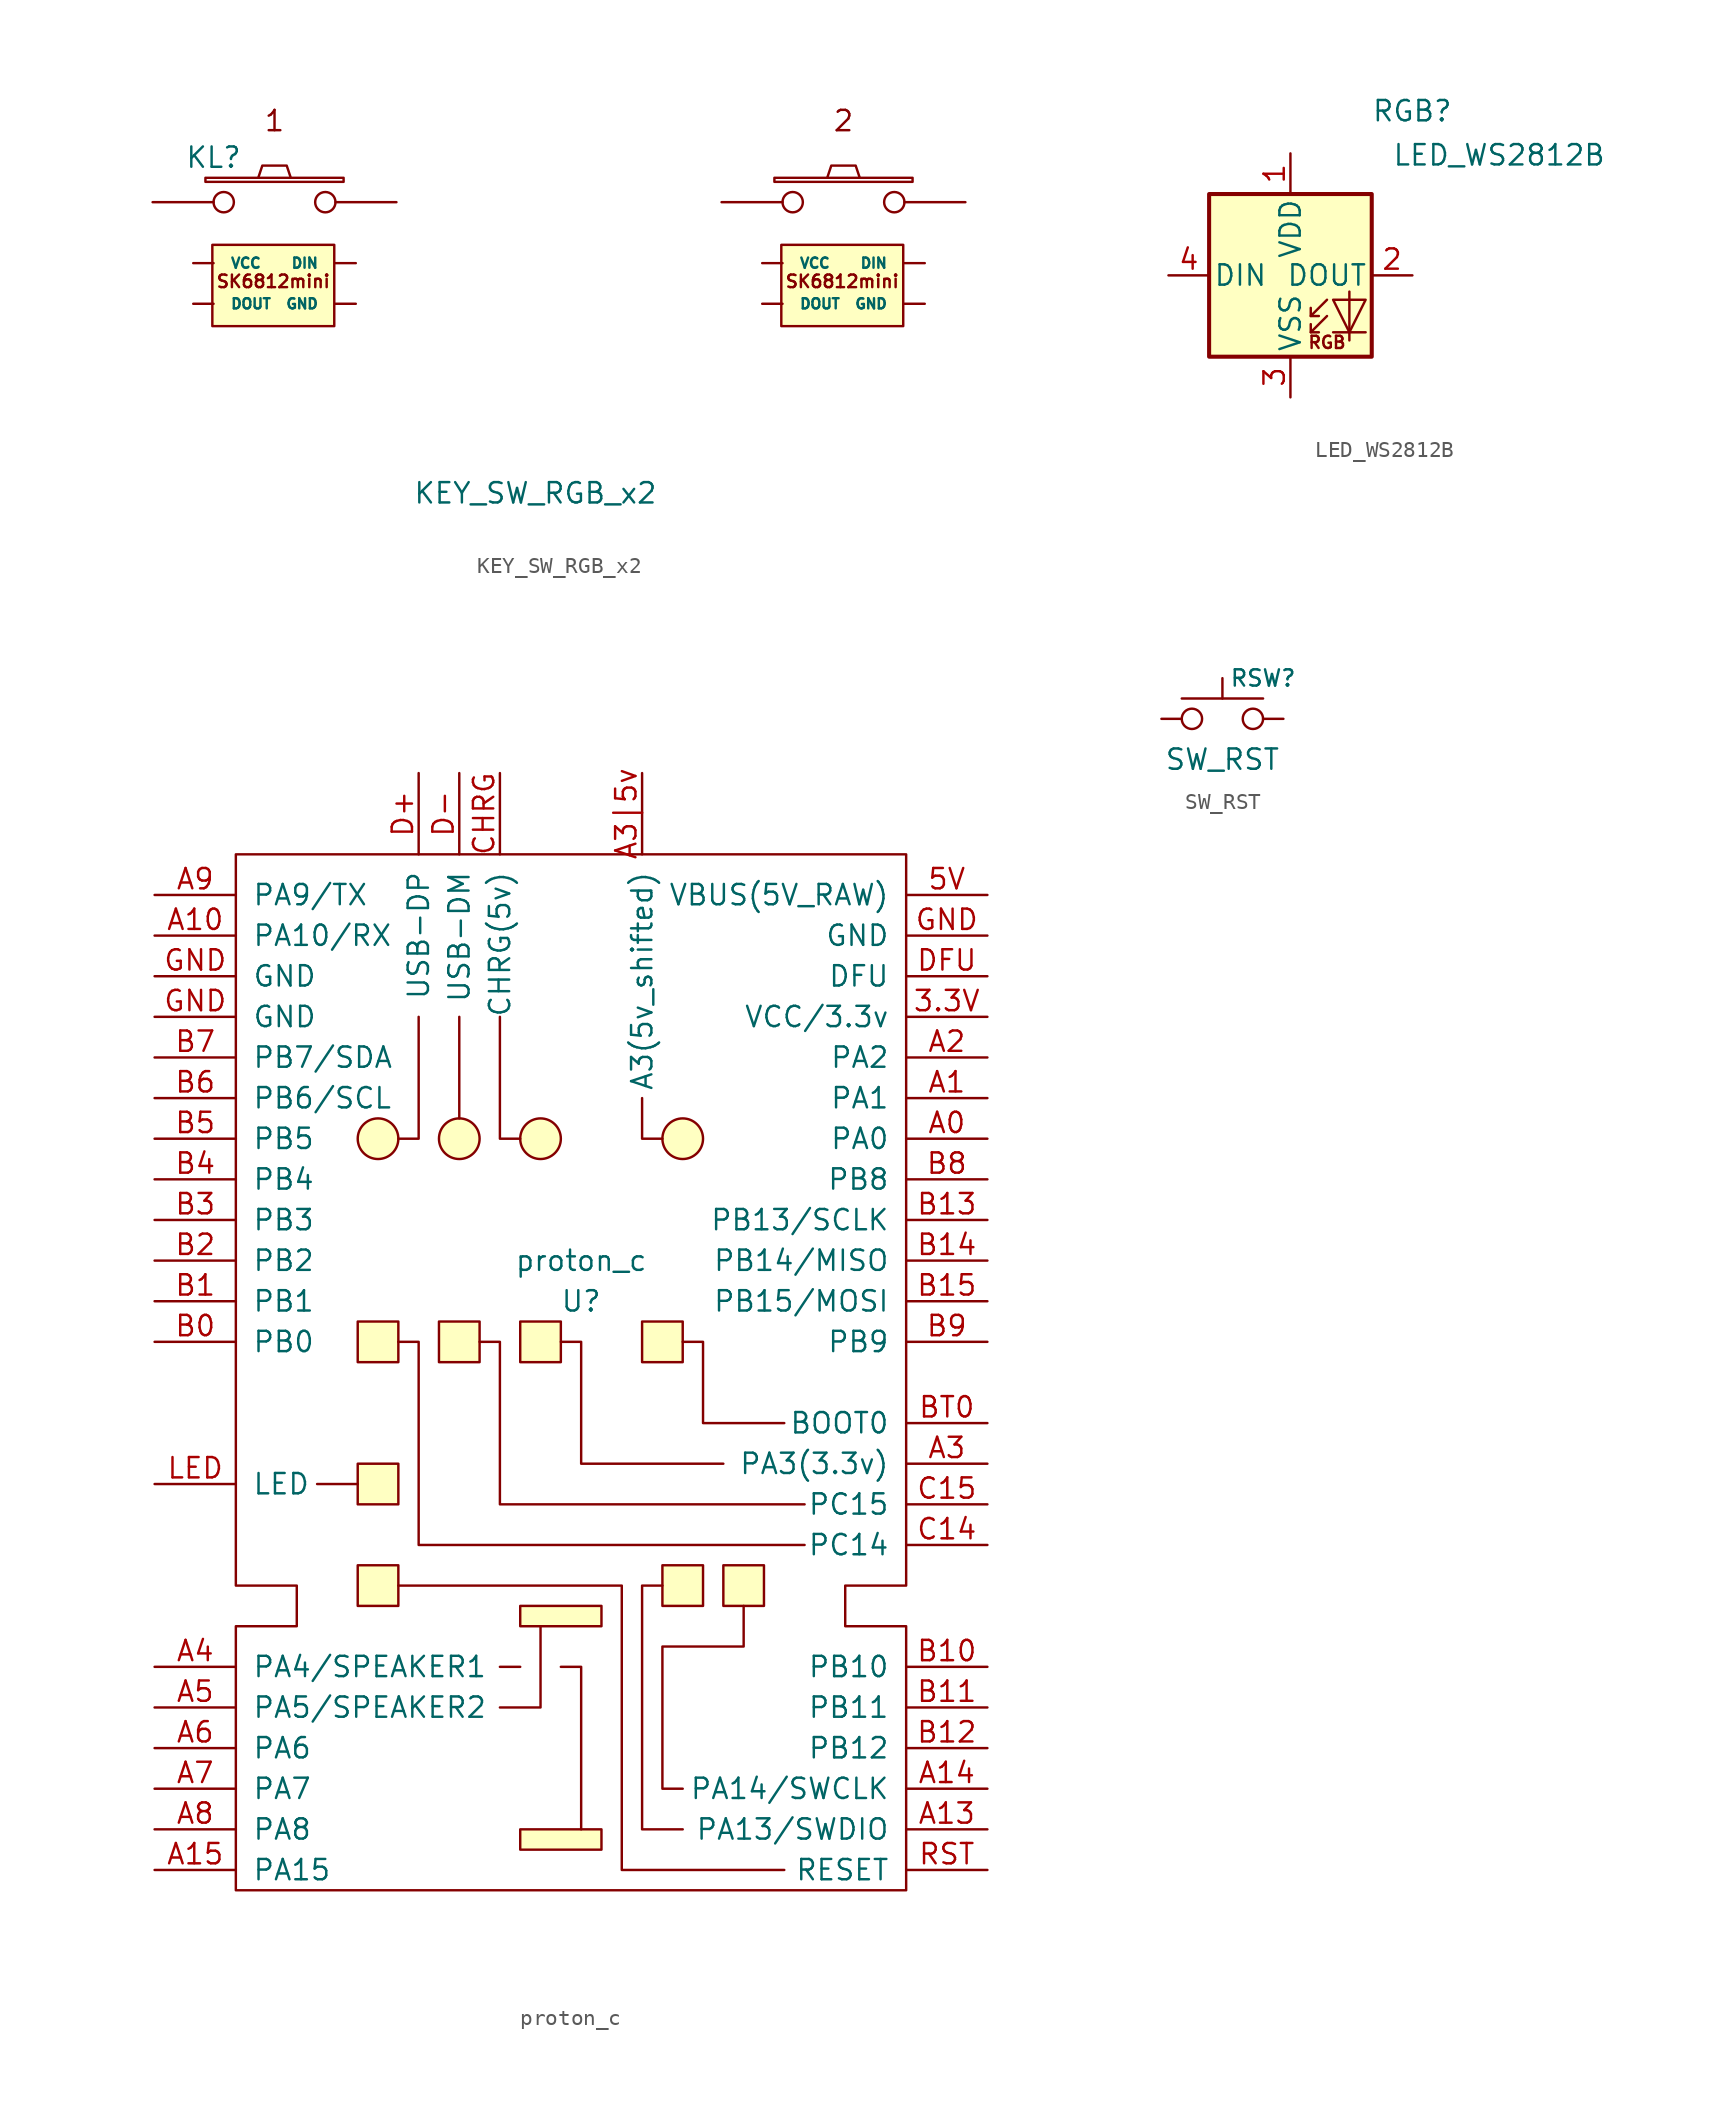
<source format=kicad_sym>
(kicad_symbol_lib
  (version 20211014)
  (generator kicad_symbol_editor)
  (symbol "KEY_SW_RGB_x2"
    (pin_numbers hide)
    (pin_names
      (offset 1.016))
    (property "Reference" "KL"
      (at -3.81 2.794 0)
      (effects (font (size 1.27 1.27))))
    (property "Value" "KEY_SW_RGB_x2"
      (at 16.307 -18.186 0)
      (effects (font (size 1.27 1.27))))
    (symbol "KEY_SW_RGB_x2_0_0"
      (text "1" (at 0 5.08 0) (effects (font (size 1.27 1.27))))
      (text "2" (at 35.56 5.08 0) (effects (font (size 1.27 1.27)))))
    (symbol "KEY_SW_RGB_x2_0_1"
      (rectangle (start -4.318 1.27) (end 4.318 1.524) (stroke (width 0) (type default) (color 0 0 0 0)) (fill (type none)))
      (polyline (pts (xy -1.016 1.524) (xy -0.762 2.286) (xy 0.762 2.286) (xy 1.016 1.524)) (stroke (width 0) (type default) (color 0 0 0 0)) (fill (type none)))
      (polyline (pts (xy 34.544 1.524) (xy 34.798 2.286) (xy 36.322 2.286) (xy 36.576 1.524)) (stroke (width 0) (type default) (color 0 0 0 0)) (fill (type none)))
      (rectangle (start 31.242 1.27) (end 39.878 1.524) (stroke (width 0) (type default) (color 0 0 0 0)) (fill (type none)))
      (pin passive inverted (at -7.62 0 0) (length 5.08) (name "~" (effects (font (size 1.27 1.27)))) (number "1" (effects (font (size 1.27 1.27)))))
      (pin passive inverted (at 7.62 0 180) (length 5.08) (name "~" (effects (font (size 1.27 1.27)))) (number "2" (effects (font (size 1.27 1.27)))))
      (pin passive inverted (at 27.94 0 0) (length 5.08) (name "~" (effects (font (size 1.27 1.27)))) (number "7" (effects (font (size 1.27 1.27)))))
      (pin passive inverted (at 43.18 0 180) (length 5.08) (name "~" (effects (font (size 1.27 1.27)))) (number "8" (effects (font (size 1.27 1.27))))))
    (symbol "KEY_SW_RGB_x2_1_1"
      (rectangle (start 3.734 -7.747) (end -3.886 -2.667) (stroke (width 0) (type default) (color 0 0 0 0)) (fill (type background)))
      (rectangle (start 39.294 -7.747) (end 31.674 -2.667) (stroke (width 0) (type default) (color 0 0 0 0)) (fill (type background)))
      (text "SK6812mini" (at -0.076 -4.953 0) (effects (font (size 0.787 0.787))))
      (text "SK6812mini" (at 35.484 -4.953 0) (effects (font (size 0.787 0.787))))
      (pin output line (at 30.48 -6.35 0) (length 1.27) (name "DOUT" (effects (font (size 0.635 0.635)))) (number "10" (effects (font (size 0.635 0.635)))))
      (pin power_in line (at 40.64 -6.35 180) (length 1.27) (name "GND" (effects (font (size 0.635 0.635)))) (number "11" (effects (font (size 0.635 0.635)))))
      (pin input line (at 40.64 -3.81 180) (length 1.27) (name "DIN" (effects (font (size 0.635 0.635)))) (number "12" (effects (font (size 0.635 0.635)))))
      (pin power_in line (at -5.08 -3.81 0) (length 1.27) (name "VCC" (effects (font (size 0.635 0.635)))) (number "3" (effects (font (size 0.635 0.635)))))
      (pin output line (at -5.08 -6.35 0) (length 1.27) (name "DOUT" (effects (font (size 0.635 0.635)))) (number "4" (effects (font (size 0.635 0.635)))))
      (pin power_in line (at 5.08 -6.35 180) (length 1.27) (name "GND" (effects (font (size 0.635 0.635)))) (number "5" (effects (font (size 0.635 0.635)))))
      (pin input line (at 5.08 -3.81 180) (length 1.27) (name "DIN" (effects (font (size 0.635 0.635)))) (number "6" (effects (font (size 0.635 0.635)))))
      (pin power_in line (at 30.48 -3.81 0) (length 1.27) (name "VCC" (effects (font (size 0.635 0.635)))) (number "9" (effects (font (size 0.635 0.635)))))))
  (symbol "LED_WS2812B"
    (pin_names
      (offset 0.254))
    (property "Reference" "RGB"
      (at 10.16 9.525 0)
      (effects (font (size 1.27 1.27)) (justify right bottom)))
    (property "Value" "LED_WS2812B"
      (at 6.35 8.255 0)
      (effects (font (size 1.27 1.27)) (justify left top)))
    (symbol "LED_WS2812B_0_0"
      (text "RGB" (at 2.286 -4.191 0) (effects (font (size 0.762 0.762)))))
    (symbol "LED_WS2812B_0_1"
      (polyline (pts (xy 1.27 -3.556) (xy 1.778 -3.556)) (stroke (width 0) (type default) (color 0 0 0 0)) (fill (type none)))
      (polyline (pts (xy 1.27 -2.54) (xy 1.778 -2.54)) (stroke (width 0) (type default) (color 0 0 0 0)) (fill (type none)))
      (polyline (pts (xy 4.699 -3.556) (xy 2.667 -3.556)) (stroke (width 0) (type default) (color 0 0 0 0)) (fill (type none)))
      (polyline (pts (xy 2.286 -2.54) (xy 1.27 -3.556) (xy 1.27 -3.048)) (stroke (width 0) (type default) (color 0 0 0 0)) (fill (type none)))
      (polyline (pts (xy 2.286 -1.524) (xy 1.27 -2.54) (xy 1.27 -2.032)) (stroke (width 0) (type default) (color 0 0 0 0)) (fill (type none)))
      (polyline (pts (xy 3.683 -1.016) (xy 3.683 -3.556) (xy 3.683 -4.064)) (stroke (width 0) (type default) (color 0 0 0 0)) (fill (type none)))
      (polyline (pts (xy 4.699 -1.524) (xy 2.667 -1.524) (xy 3.683 -3.556) (xy 4.699 -1.524)) (stroke (width 0) (type default) (color 0 0 0 0)) (fill (type none)))
      (rectangle (start 5.08 5.08) (end -5.08 -5.08) (stroke (width 0.254) (type default) (color 0 0 0 0)) (fill (type background))))
    (symbol "LED_WS2812B_1_1"
      (pin power_in line (at 0 7.62 270) (length 2.54) (name "VDD" (effects (font (size 1.27 1.27)))) (number "1" (effects (font (size 1.27 1.27)))))
      (pin output line (at 7.62 0 180) (length 2.54) (name "DOUT" (effects (font (size 1.27 1.27)))) (number "2" (effects (font (size 1.27 1.27)))))
      (pin power_in line (at 0 -7.62 90) (length 2.54) (name "VSS" (effects (font (size 1.27 1.27)))) (number "3" (effects (font (size 1.27 1.27)))))
      (pin input line (at -7.62 0 0) (length 2.54) (name "DIN" (effects (font (size 1.27 1.27)))) (number "4" (effects (font (size 1.27 1.27)))))))
  (symbol "proton_c"
    (pin_names
      (offset 1.016))
    (property "Reference" "U"
      (at 0 0 0)
      (effects (font (size 1.27 1.27))))
    (property "Value" "proton_c"
      (at 0 2.54 0)
      (effects (font (size 1.27 1.27))))
    (symbol "proton_c_0_1"
      (rectangle (start -13.97 -16.51) (end -11.43 -19.05) (stroke (width 0) (type default) (color 0 0 0 0)) (fill (type background)))
      (rectangle (start -13.97 -10.16) (end -11.43 -12.7) (stroke (width 0) (type default) (color 0 0 0 0)) (fill (type background)))
      (rectangle (start -13.97 -1.27) (end -11.43 -3.81) (stroke (width 0) (type default) (color 0 0 0 0)) (fill (type background)))
      (circle (center -12.7 10.16) (radius 1.27) (stroke (width 0) (type default) (color 0 0 0 0)) (fill (type background)))
      (rectangle (start -8.89 -1.27) (end -6.35 -3.81) (stroke (width 0) (type default) (color 0 0 0 0)) (fill (type background)))
      (circle (center -7.62 10.16) (radius 1.27) (stroke (width 0) (type default) (color 0 0 0 0)) (fill (type background)))
      (rectangle (start -3.81 -33.02) (end 1.27 -34.29) (stroke (width 0) (type default) (color 0 0 0 0)) (fill (type background)))
      (rectangle (start -3.81 -19.05) (end 1.27 -20.32) (stroke (width 0) (type default) (color 0 0 0 0)) (fill (type background)))
      (rectangle (start -3.81 -1.27) (end -1.27 -3.81) (stroke (width 0) (type default) (color 0 0 0 0)) (fill (type background)))
      (circle (center -2.54 10.16) (radius 1.27) (stroke (width 0) (type default) (color 0 0 0 0)) (fill (type background)))
      (polyline (pts (xy -13.97 -11.43) (xy -16.51 -11.43)) (stroke (width 0) (type default) (color 0 0 0 0)) (fill (type none)))
      (polyline (pts (xy -7.62 11.43) (xy -7.62 17.78)) (stroke (width 0) (type default) (color 0 0 0 0)) (fill (type none)))
      (polyline (pts (xy -5.08 -22.86) (xy -3.81 -22.86)) (stroke (width 0) (type default) (color 0 0 0 0)) (fill (type none)))
      (polyline (pts (xy -11.43 10.16) (xy -10.16 10.16) (xy -10.16 17.78)) (stroke (width 0) (type default) (color 0 0 0 0)) (fill (type none)))
      (polyline (pts (xy -3.81 10.16) (xy -5.08 10.16) (xy -5.08 17.78)) (stroke (width 0) (type default) (color 0 0 0 0)) (fill (type none)))
      (polyline (pts (xy -2.54 -20.32) (xy -2.54 -25.4) (xy -5.08 -25.4)) (stroke (width 0) (type default) (color 0 0 0 0)) (fill (type none)))
      (polyline (pts (xy -1.27 -22.86) (xy 0 -22.86) (xy 0 -33.02)) (stroke (width 0) (type default) (color 0 0 0 0)) (fill (type none)))
      (polyline (pts (xy 5.08 10.16) (xy 3.81 10.16) (xy 3.81 12.7)) (stroke (width 0) (type default) (color 0 0 0 0)) (fill (type none)))
      (polyline (pts (xy -11.43 -17.78) (xy 2.54 -17.78) (xy 2.54 -35.56) (xy 12.7 -35.56)) (stroke (width 0) (type default) (color 0 0 0 0)) (fill (type none)))
      (polyline (pts (xy -11.43 -2.54) (xy -10.16 -2.54) (xy -10.16 -15.24) (xy 13.97 -15.24)) (stroke (width 0) (type default) (color 0 0 0 0)) (fill (type none)))
      (polyline (pts (xy -6.35 -2.54) (xy -5.08 -2.54) (xy -5.08 -12.7) (xy 13.97 -12.7)) (stroke (width 0) (type default) (color 0 0 0 0)) (fill (type none)))
      (polyline (pts (xy -1.27 -2.54) (xy 0 -2.54) (xy 0 -10.16) (xy 8.89 -10.16)) (stroke (width 0) (type default) (color 0 0 0 0)) (fill (type none)))
      (polyline (pts (xy 5.08 -17.78) (xy 3.81 -17.78) (xy 3.81 -33.02) (xy 6.35 -33.02)) (stroke (width 0) (type default) (color 0 0 0 0)) (fill (type none)))
      (polyline (pts (xy 6.35 -2.54) (xy 7.62 -2.54) (xy 7.62 -7.62) (xy 12.7 -7.62)) (stroke (width 0) (type default) (color 0 0 0 0)) (fill (type none)))
      (polyline (pts (xy 6.35 -30.48) (xy 5.08 -30.48) (xy 5.08 -21.59) (xy 10.16 -21.59) (xy 10.16 -19.05)) (stroke (width 0) (type default) (color 0 0 0 0)) (fill (type none)))
      (polyline (pts (xy -21.59 -17.78) (xy -17.78 -17.78) (xy -17.78 -20.32) (xy -21.59 -20.32) (xy -21.59 -36.83) (xy 20.32 -36.83) (xy 20.32 -20.32) (xy 16.51 -20.32) (xy 16.51 -17.78) (xy 20.32 -17.78) (xy 20.32 27.94) (xy -21.59 27.94) (xy -21.59 -17.78)) (stroke (width 0) (type default) (color 0 0 0 0)) (fill (type none)))
      (rectangle (start 3.81 -1.27) (end 6.35 -3.81) (stroke (width 0) (type default) (color 0 0 0 0)) (fill (type background)))
      (rectangle (start 5.08 -16.51) (end 7.62 -19.05) (stroke (width 0) (type default) (color 0 0 0 0)) (fill (type background)))
      (circle (center 6.35 10.16) (radius 1.27) (stroke (width 0) (type default) (color 0 0 0 0)) (fill (type background)))
      (rectangle (start 8.89 -16.51) (end 11.43 -19.05) (stroke (width 0) (type default) (color 0 0 0 0)) (fill (type background))))
    (symbol "proton_c_1_1"
      (pin bidirectional line (at 25.4 17.78 180) (length 5.08) (name "VCC/3.3v" (effects (font (size 1.27 1.27)))) (number "3.3V" (effects (font (size 1.27 1.27)))))
      (pin bidirectional line (at 25.4 25.4 180) (length 5.08) (name "VBUS(5V_RAW)" (effects (font (size 1.27 1.27)))) (number "5V" (effects (font (size 1.27 1.27)))))
      (pin bidirectional line (at 25.4 10.16 180) (length 5.08) (name "PA0" (effects (font (size 1.27 1.27)))) (number "A0" (effects (font (size 1.27 1.27)))))
      (pin bidirectional line (at 25.4 12.7 180) (length 5.08) (name "PA1" (effects (font (size 1.27 1.27)))) (number "A1" (effects (font (size 1.27 1.27)))))
      (pin bidirectional line (at -26.67 22.86 0) (length 5.08) (name "PA10/RX" (effects (font (size 1.27 1.27)))) (number "A10" (effects (font (size 1.27 1.27)))))
      (pin bidirectional line (at 25.4 -33.02 180) (length 5.08) (name "PA13/SWDIO" (effects (font (size 1.27 1.27)))) (number "A13" (effects (font (size 1.27 1.27)))))
      (pin bidirectional line (at 25.4 -30.48 180) (length 5.08) (name "PA14/SWCLK" (effects (font (size 1.27 1.27)))) (number "A14" (effects (font (size 1.27 1.27)))))
      (pin bidirectional line (at -26.67 -35.56 0) (length 5.08) (name "PA15" (effects (font (size 1.27 1.27)))) (number "A15" (effects (font (size 1.27 1.27)))))
      (pin bidirectional line (at 25.4 15.24 180) (length 5.08) (name "PA2" (effects (font (size 1.27 1.27)))) (number "A2" (effects (font (size 1.27 1.27)))))
      (pin bidirectional line (at 25.4 -10.16 180) (length 5.08) (name "PA3(3.3v)" (effects (font (size 1.27 1.27)))) (number "A3" (effects (font (size 1.27 1.27)))))
      (pin bidirectional line (at 3.81 33.02 270) (length 5.08) (name "A3(5v_shifted)" (effects (font (size 1.27 1.27)))) (number "A3|5v" (effects (font (size 1.27 1.27)))))
      (pin bidirectional line (at -26.67 -22.86 0) (length 5.08) (name "PA4/SPEAKER1" (effects (font (size 1.27 1.27)))) (number "A4" (effects (font (size 1.27 1.27)))))
      (pin bidirectional line (at -26.67 -25.4 0) (length 5.08) (name "PA5/SPEAKER2" (effects (font (size 1.27 1.27)))) (number "A5" (effects (font (size 1.27 1.27)))))
      (pin bidirectional line (at -26.67 -27.94 0) (length 5.08) (name "PA6" (effects (font (size 1.27 1.27)))) (number "A6" (effects (font (size 1.27 1.27)))))
      (pin bidirectional line (at -26.67 -30.48 0) (length 5.08) (name "PA7" (effects (font (size 1.27 1.27)))) (number "A7" (effects (font (size 1.27 1.27)))))
      (pin bidirectional line (at -26.67 -33.02 0) (length 5.08) (name "PA8" (effects (font (size 1.27 1.27)))) (number "A8" (effects (font (size 1.27 1.27)))))
      (pin bidirectional line (at -26.67 25.4 0) (length 5.08) (name "PA9/TX" (effects (font (size 1.27 1.27)))) (number "A9" (effects (font (size 1.27 1.27)))))
      (pin bidirectional line (at -26.67 -2.54 0) (length 5.08) (name "PB0" (effects (font (size 1.27 1.27)))) (number "B0" (effects (font (size 1.27 1.27)))))
      (pin bidirectional line (at -26.67 0 0) (length 5.08) (name "PB1" (effects (font (size 1.27 1.27)))) (number "B1" (effects (font (size 1.27 1.27)))))
      (pin bidirectional line (at 25.4 -22.86 180) (length 5.08) (name "PB10" (effects (font (size 1.27 1.27)))) (number "B10" (effects (font (size 1.27 1.27)))))
      (pin bidirectional line (at 25.4 -25.4 180) (length 5.08) (name "PB11" (effects (font (size 1.27 1.27)))) (number "B11" (effects (font (size 1.27 1.27)))))
      (pin bidirectional line (at 25.4 -27.94 180) (length 5.08) (name "PB12" (effects (font (size 1.27 1.27)))) (number "B12" (effects (font (size 1.27 1.27)))))
      (pin bidirectional line (at 25.4 5.08 180) (length 5.08) (name "PB13/SCLK" (effects (font (size 1.27 1.27)))) (number "B13" (effects (font (size 1.27 1.27)))))
      (pin bidirectional line (at 25.4 2.54 180) (length 5.08) (name "PB14/MISO" (effects (font (size 1.27 1.27)))) (number "B14" (effects (font (size 1.27 1.27)))))
      (pin bidirectional line (at 25.4 0 180) (length 5.08) (name "PB15/MOSI" (effects (font (size 1.27 1.27)))) (number "B15" (effects (font (size 1.27 1.27)))))
      (pin bidirectional line (at -26.67 2.54 0) (length 5.08) (name "PB2" (effects (font (size 1.27 1.27)))) (number "B2" (effects (font (size 1.27 1.27)))))
      (pin bidirectional line (at -26.67 5.08 0) (length 5.08) (name "PB3" (effects (font (size 1.27 1.27)))) (number "B3" (effects (font (size 1.27 1.27)))))
      (pin bidirectional line (at -26.67 7.62 0) (length 5.08) (name "PB4" (effects (font (size 1.27 1.27)))) (number "B4" (effects (font (size 1.27 1.27)))))
      (pin bidirectional line (at -26.67 10.16 0) (length 5.08) (name "PB5" (effects (font (size 1.27 1.27)))) (number "B5" (effects (font (size 1.27 1.27)))))
      (pin bidirectional line (at -26.67 12.7 0) (length 5.08) (name "PB6/SCL" (effects (font (size 1.27 1.27)))) (number "B6" (effects (font (size 1.27 1.27)))))
      (pin bidirectional line (at -26.67 15.24 0) (length 5.08) (name "PB7/SDA" (effects (font (size 1.27 1.27)))) (number "B7" (effects (font (size 1.27 1.27)))))
      (pin bidirectional line (at 25.4 7.62 180) (length 5.08) (name "PB8" (effects (font (size 1.27 1.27)))) (number "B8" (effects (font (size 1.27 1.27)))))
      (pin bidirectional line (at 25.4 -2.54 180) (length 5.08) (name "PB9" (effects (font (size 1.27 1.27)))) (number "B9" (effects (font (size 1.27 1.27)))))
      (pin bidirectional line (at 25.4 -7.62 180) (length 5.08) (name "BOOT0" (effects (font (size 1.27 1.27)))) (number "BT0" (effects (font (size 1.27 1.27)))))
      (pin bidirectional line (at 25.4 -15.24 180) (length 5.08) (name "PC14" (effects (font (size 1.27 1.27)))) (number "C14" (effects (font (size 1.27 1.27)))))
      (pin bidirectional line (at 25.4 -12.7 180) (length 5.08) (name "PC15" (effects (font (size 1.27 1.27)))) (number "C15" (effects (font (size 1.27 1.27)))))
      (pin bidirectional line (at -5.08 33.02 270) (length 5.08) (name "CHRG(5v)" (effects (font (size 1.27 1.27)))) (number "CHRG" (effects (font (size 1.27 1.27)))))
      (pin bidirectional line (at -10.16 33.02 270) (length 5.08) (name "USB-DP" (effects (font (size 1.27 1.27)))) (number "D+" (effects (font (size 1.27 1.27)))))
      (pin bidirectional line (at -7.62 33.02 270) (length 5.08) (name "USB-DM" (effects (font (size 1.27 1.27)))) (number "D-" (effects (font (size 1.27 1.27)))))
      (pin bidirectional line (at 25.4 20.32 180) (length 5.08) (name "DFU" (effects (font (size 1.27 1.27)))) (number "DFU" (effects (font (size 1.27 1.27)))))
      (pin bidirectional line (at -26.67 17.78 0) (length 5.08) (name "GND" (effects (font (size 1.27 1.27)))) (number "GND" (effects (font (size 1.27 1.27)))))
      (pin bidirectional line (at -26.67 20.32 0) (length 5.08) (name "GND" (effects (font (size 1.27 1.27)))) (number "GND" (effects (font (size 1.27 1.27)))))
      (pin bidirectional line (at 25.4 22.86 180) (length 5.08) (name "GND" (effects (font (size 1.27 1.27)))) (number "GND" (effects (font (size 1.27 1.27)))))
      (pin bidirectional line (at -26.67 -11.43 0) (length 5.08) (name "LED" (effects (font (size 1.27 1.27)))) (number "LED" (effects (font (size 1.27 1.27)))))
      (pin bidirectional line (at 25.4 -35.56 180) (length 5.08) (name "RESET" (effects (font (size 1.27 1.27)))) (number "RST" (effects (font (size 1.27 1.27)))))))
  (symbol "SW_RST"
    (pin_numbers hide)
    (pin_names
      (offset 1.016) hide)
    (property "Reference" "RSW"
      (at 2.54 2.54 0)
      (effects (font (size 1.016 1.016))))
    (property "Value" "SW_RST"
      (at 0 -2.54 0)
      (effects (font (size 1.27 1.27))))
    (symbol "SW_RST_0_1"
      (polyline (pts (xy -2.54 1.27) (xy 2.54 1.27)) (stroke (width 0) (type default) (color 0 0 0 0)) (fill (type none)))
      (polyline (pts (xy 0 2.54) (xy 0 1.27)) (stroke (width 0) (type default) (color 0 0 0 0)) (fill (type none)))
      (pin passive inverted (at -3.81 0 0) (length 2.54) (name "1" (effects (font (size 1.27 1.27)))) (number "1" (effects (font (size 1.27 1.27)))))
      (pin passive inverted (at 3.81 0 180) (length 2.54) (name "2" (effects (font (size 1.27 1.27)))) (number "2" (effects (font (size 1.27 1.27))))))))
</source>
